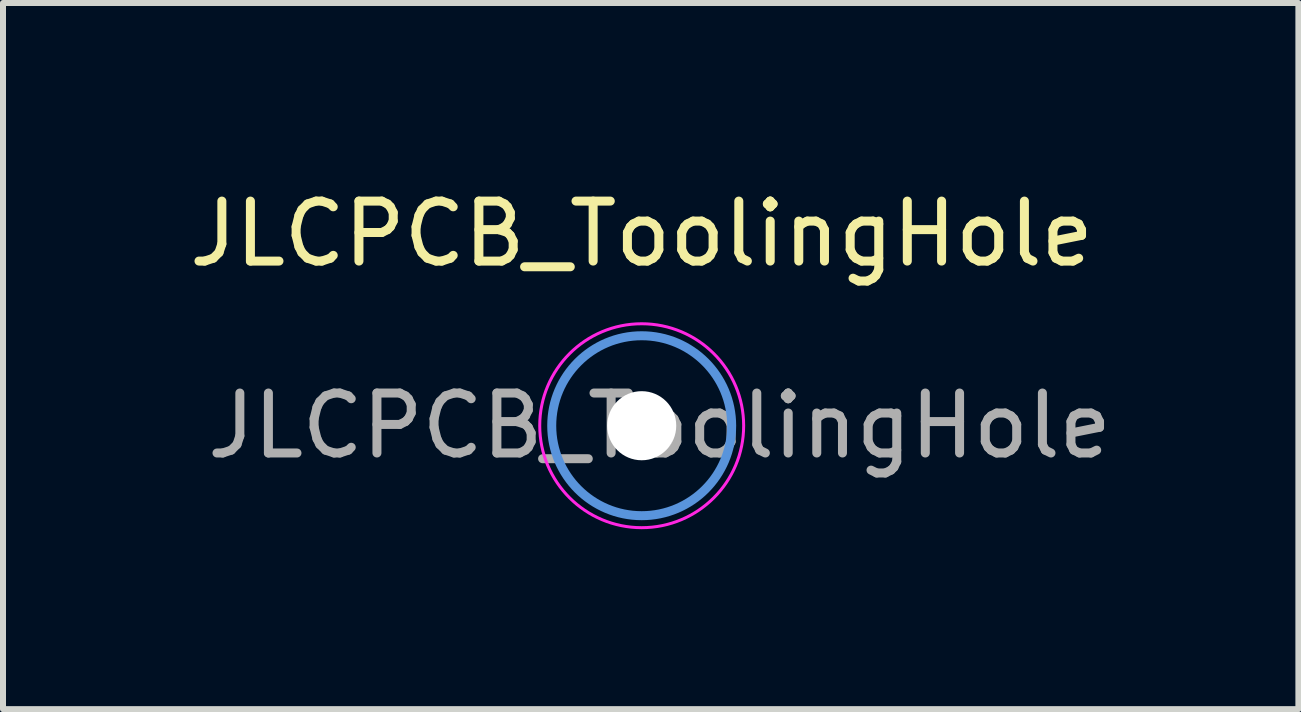
<source format=kicad_pcb>
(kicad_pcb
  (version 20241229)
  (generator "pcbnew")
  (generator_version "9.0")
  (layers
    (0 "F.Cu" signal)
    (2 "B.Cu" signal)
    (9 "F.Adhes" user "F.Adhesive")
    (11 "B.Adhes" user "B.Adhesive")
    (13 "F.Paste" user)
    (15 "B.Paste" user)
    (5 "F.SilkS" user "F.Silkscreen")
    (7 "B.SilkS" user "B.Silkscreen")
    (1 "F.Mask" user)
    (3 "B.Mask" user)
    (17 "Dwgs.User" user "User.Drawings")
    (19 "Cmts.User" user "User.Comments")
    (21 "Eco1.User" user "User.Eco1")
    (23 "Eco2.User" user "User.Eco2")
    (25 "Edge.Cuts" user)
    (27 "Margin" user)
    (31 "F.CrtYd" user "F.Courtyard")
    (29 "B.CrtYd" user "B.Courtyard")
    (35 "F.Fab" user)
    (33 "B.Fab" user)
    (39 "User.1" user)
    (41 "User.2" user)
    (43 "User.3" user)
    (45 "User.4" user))
  (footprint "JLCPCB_ToolingHole"
    (layer "F.Cu")
    (at 7.649 4.048)
    (property "Reference" "JLCPCB_ToolingHole" (at 0 -3.2 0) (layer "F.SilkS") (effects (font (size 1 1) (thickness 0.15))))
    (attr exclude_from_pos_files exclude_from_bom)
    (fp_circle (center 0 0) (end 1.5 0) (stroke (width 0.15) (type solid)) (fill no) (layer "Cmts.User"))
    (fp_circle (center 0 0) (end 1.7 0) (stroke (width 0.05) (type solid)) (fill no) (layer "F.CrtYd"))
    (fp_text user "${REFERENCE}" (at 0.3 0 0) (layer "F.Fab") (effects (font (size 1 1) (thickness 0.15))))
    (pad "" np_thru_hole circle (at 0 0) (size 1.152 1.152) (drill 1.152) (layers "*.Cu" "*.Mask")))
  (gr_rect
    (start -3 -3)
    (end 18.598 8.773)
    (stroke (width 0.1) (type default))
    (fill no)
    (layer "Edge.Cuts")))
</source>
